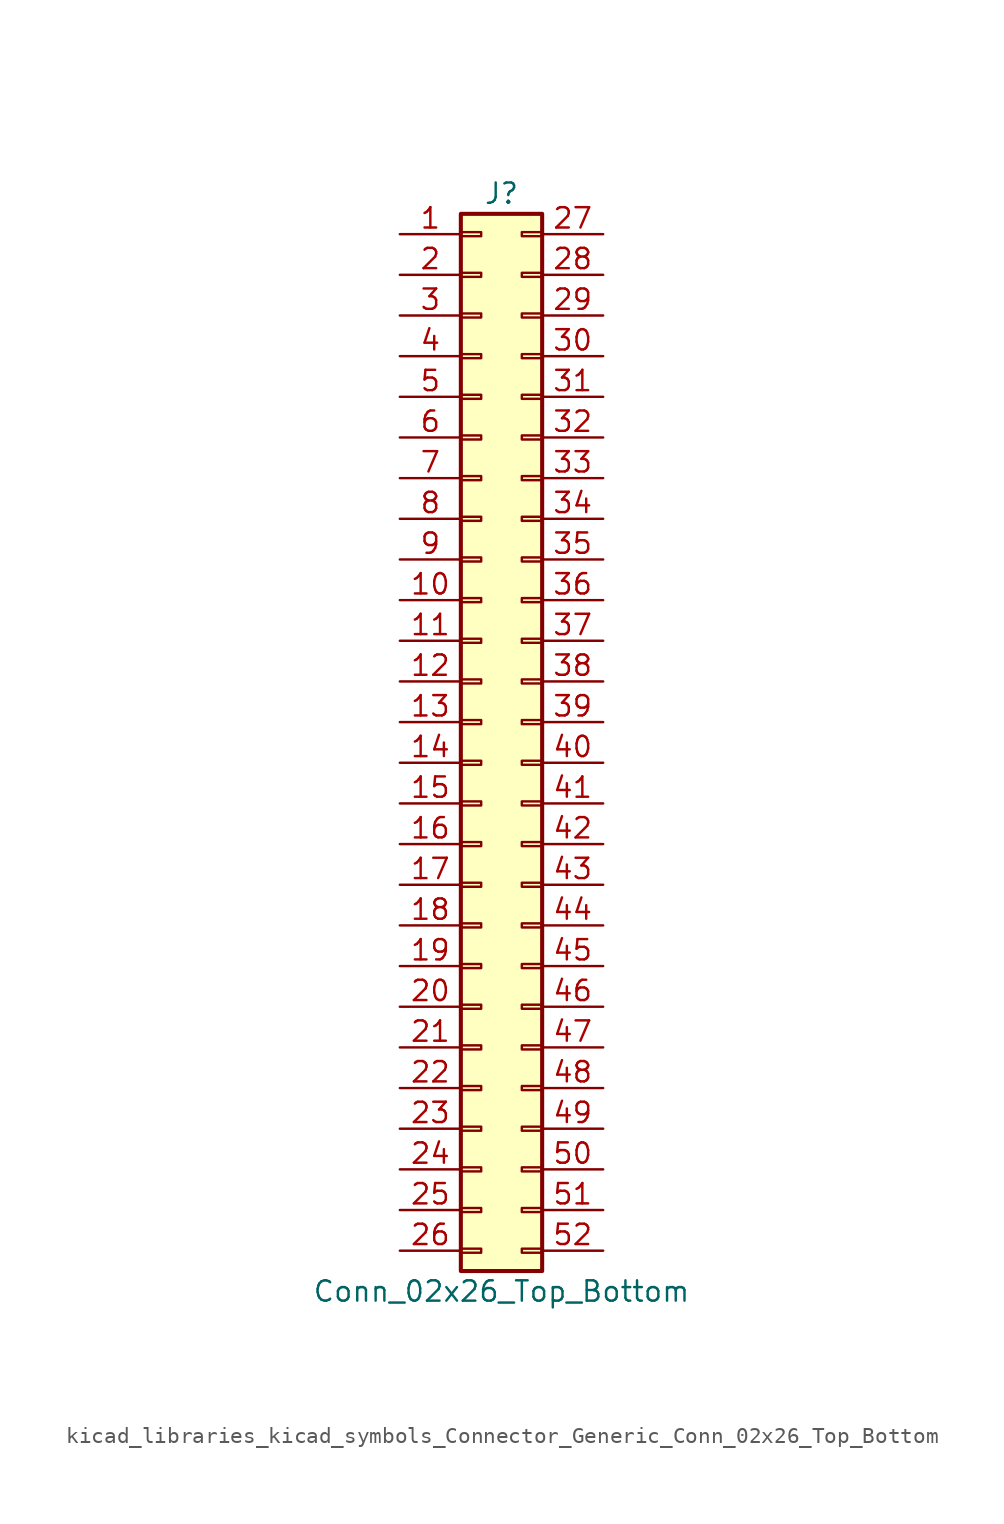
<source format=kicad_sym>
(kicad_symbol_lib
  (version 20220914)
  (generator kicad_symbol_editor)
  (symbol "kicad_libraries_kicad_symbols_Connector_Generic_Conn_02x26_Top_Bottom"
    (pin_names
      (offset 1.016) hide)
    (property "Reference" "J"
      (at 1.27 33.02 0)
      (effects (font (size 1.27 1.27))))
    (property "Value" "Conn_02x26_Top_Bottom"
      (at 1.27 -35.56 0)
      (effects (font (size 1.27 1.27))))
    (symbol "kicad_libraries_kicad_symbols_Connector_Generic_Conn_02x26_Top_Bottom_1_1"
      (rectangle (start -1.27 -32.893) (end 0 -33.147) (stroke (width 0.152) (type default)) (fill (type none)))
      (rectangle (start -1.27 -30.353) (end 0 -30.607) (stroke (width 0.152) (type default)) (fill (type none)))
      (rectangle (start -1.27 -27.813) (end 0 -28.067) (stroke (width 0.152) (type default)) (fill (type none)))
      (rectangle (start -1.27 -25.273) (end 0 -25.527) (stroke (width 0.152) (type default)) (fill (type none)))
      (rectangle (start -1.27 -22.733) (end 0 -22.987) (stroke (width 0.152) (type default)) (fill (type none)))
      (rectangle (start -1.27 -20.193) (end 0 -20.447) (stroke (width 0.152) (type default)) (fill (type none)))
      (rectangle (start -1.27 -17.653) (end 0 -17.907) (stroke (width 0.152) (type default)) (fill (type none)))
      (rectangle (start -1.27 -15.113) (end 0 -15.367) (stroke (width 0.152) (type default)) (fill (type none)))
      (rectangle (start -1.27 -12.573) (end 0 -12.827) (stroke (width 0.152) (type default)) (fill (type none)))
      (rectangle (start -1.27 -10.033) (end 0 -10.287) (stroke (width 0.152) (type default)) (fill (type none)))
      (rectangle (start -1.27 -7.493) (end 0 -7.747) (stroke (width 0.152) (type default)) (fill (type none)))
      (rectangle (start -1.27 -4.953) (end 0 -5.207) (stroke (width 0.152) (type default)) (fill (type none)))
      (rectangle (start -1.27 -2.413) (end 0 -2.667) (stroke (width 0.152) (type default)) (fill (type none)))
      (rectangle (start -1.27 0.127) (end 0 -0.127) (stroke (width 0.152) (type default)) (fill (type none)))
      (rectangle (start -1.27 2.667) (end 0 2.413) (stroke (width 0.152) (type default)) (fill (type none)))
      (rectangle (start -1.27 5.207) (end 0 4.953) (stroke (width 0.152) (type default)) (fill (type none)))
      (rectangle (start -1.27 7.747) (end 0 7.493) (stroke (width 0.152) (type default)) (fill (type none)))
      (rectangle (start -1.27 10.287) (end 0 10.033) (stroke (width 0.152) (type default)) (fill (type none)))
      (rectangle (start -1.27 12.827) (end 0 12.573) (stroke (width 0.152) (type default)) (fill (type none)))
      (rectangle (start -1.27 15.367) (end 0 15.113) (stroke (width 0.152) (type default)) (fill (type none)))
      (rectangle (start -1.27 17.907) (end 0 17.653) (stroke (width 0.152) (type default)) (fill (type none)))
      (rectangle (start -1.27 20.447) (end 0 20.193) (stroke (width 0.152) (type default)) (fill (type none)))
      (rectangle (start -1.27 22.987) (end 0 22.733) (stroke (width 0.152) (type default)) (fill (type none)))
      (rectangle (start -1.27 25.527) (end 0 25.273) (stroke (width 0.152) (type default)) (fill (type none)))
      (rectangle (start -1.27 28.067) (end 0 27.813) (stroke (width 0.152) (type default)) (fill (type none)))
      (rectangle (start -1.27 30.607) (end 0 30.353) (stroke (width 0.152) (type default)) (fill (type none)))
      (rectangle (start -1.27 31.75) (end 3.81 -34.29) (stroke (width 0.254) (type default)) (fill (type background)))
      (rectangle (start 3.81 -32.893) (end 2.54 -33.147) (stroke (width 0.152) (type default)) (fill (type none)))
      (rectangle (start 3.81 -30.353) (end 2.54 -30.607) (stroke (width 0.152) (type default)) (fill (type none)))
      (rectangle (start 3.81 -27.813) (end 2.54 -28.067) (stroke (width 0.152) (type default)) (fill (type none)))
      (rectangle (start 3.81 -25.273) (end 2.54 -25.527) (stroke (width 0.152) (type default)) (fill (type none)))
      (rectangle (start 3.81 -22.733) (end 2.54 -22.987) (stroke (width 0.152) (type default)) (fill (type none)))
      (rectangle (start 3.81 -20.193) (end 2.54 -20.447) (stroke (width 0.152) (type default)) (fill (type none)))
      (rectangle (start 3.81 -17.653) (end 2.54 -17.907) (stroke (width 0.152) (type default)) (fill (type none)))
      (rectangle (start 3.81 -15.113) (end 2.54 -15.367) (stroke (width 0.152) (type default)) (fill (type none)))
      (rectangle (start 3.81 -12.573) (end 2.54 -12.827) (stroke (width 0.152) (type default)) (fill (type none)))
      (rectangle (start 3.81 -10.033) (end 2.54 -10.287) (stroke (width 0.152) (type default)) (fill (type none)))
      (rectangle (start 3.81 -7.493) (end 2.54 -7.747) (stroke (width 0.152) (type default)) (fill (type none)))
      (rectangle (start 3.81 -4.953) (end 2.54 -5.207) (stroke (width 0.152) (type default)) (fill (type none)))
      (rectangle (start 3.81 -2.413) (end 2.54 -2.667) (stroke (width 0.152) (type default)) (fill (type none)))
      (rectangle (start 3.81 0.127) (end 2.54 -0.127) (stroke (width 0.152) (type default)) (fill (type none)))
      (rectangle (start 3.81 2.667) (end 2.54 2.413) (stroke (width 0.152) (type default)) (fill (type none)))
      (rectangle (start 3.81 5.207) (end 2.54 4.953) (stroke (width 0.152) (type default)) (fill (type none)))
      (rectangle (start 3.81 7.747) (end 2.54 7.493) (stroke (width 0.152) (type default)) (fill (type none)))
      (rectangle (start 3.81 10.287) (end 2.54 10.033) (stroke (width 0.152) (type default)) (fill (type none)))
      (rectangle (start 3.81 12.827) (end 2.54 12.573) (stroke (width 0.152) (type default)) (fill (type none)))
      (rectangle (start 3.81 15.367) (end 2.54 15.113) (stroke (width 0.152) (type default)) (fill (type none)))
      (rectangle (start 3.81 17.907) (end 2.54 17.653) (stroke (width 0.152) (type default)) (fill (type none)))
      (rectangle (start 3.81 20.447) (end 2.54 20.193) (stroke (width 0.152) (type default)) (fill (type none)))
      (rectangle (start 3.81 22.987) (end 2.54 22.733) (stroke (width 0.152) (type default)) (fill (type none)))
      (rectangle (start 3.81 25.527) (end 2.54 25.273) (stroke (width 0.152) (type default)) (fill (type none)))
      (rectangle (start 3.81 28.067) (end 2.54 27.813) (stroke (width 0.152) (type default)) (fill (type none)))
      (rectangle (start 3.81 30.607) (end 2.54 30.353) (stroke (width 0.152) (type default)) (fill (type none)))
      (pin passive line (at -5.08 30.48 0) (length 3.81) (name "Pin_1" (effects (font (size 1.27 1.27)))) (number "1" (effects (font (size 1.27 1.27)))))
      (pin passive line (at -5.08 7.62 0) (length 3.81) (name "Pin_10" (effects (font (size 1.27 1.27)))) (number "10" (effects (font (size 1.27 1.27)))))
      (pin passive line (at -5.08 5.08 0) (length 3.81) (name "Pin_11" (effects (font (size 1.27 1.27)))) (number "11" (effects (font (size 1.27 1.27)))))
      (pin passive line (at -5.08 2.54 0) (length 3.81) (name "Pin_12" (effects (font (size 1.27 1.27)))) (number "12" (effects (font (size 1.27 1.27)))))
      (pin passive line (at -5.08 0 0) (length 3.81) (name "Pin_13" (effects (font (size 1.27 1.27)))) (number "13" (effects (font (size 1.27 1.27)))))
      (pin passive line (at -5.08 -2.54 0) (length 3.81) (name "Pin_14" (effects (font (size 1.27 1.27)))) (number "14" (effects (font (size 1.27 1.27)))))
      (pin passive line (at -5.08 -5.08 0) (length 3.81) (name "Pin_15" (effects (font (size 1.27 1.27)))) (number "15" (effects (font (size 1.27 1.27)))))
      (pin passive line (at -5.08 -7.62 0) (length 3.81) (name "Pin_16" (effects (font (size 1.27 1.27)))) (number "16" (effects (font (size 1.27 1.27)))))
      (pin passive line (at -5.08 -10.16 0) (length 3.81) (name "Pin_17" (effects (font (size 1.27 1.27)))) (number "17" (effects (font (size 1.27 1.27)))))
      (pin passive line (at -5.08 -12.7 0) (length 3.81) (name "Pin_18" (effects (font (size 1.27 1.27)))) (number "18" (effects (font (size 1.27 1.27)))))
      (pin passive line (at -5.08 -15.24 0) (length 3.81) (name "Pin_19" (effects (font (size 1.27 1.27)))) (number "19" (effects (font (size 1.27 1.27)))))
      (pin passive line (at -5.08 27.94 0) (length 3.81) (name "Pin_2" (effects (font (size 1.27 1.27)))) (number "2" (effects (font (size 1.27 1.27)))))
      (pin passive line (at -5.08 -17.78 0) (length 3.81) (name "Pin_20" (effects (font (size 1.27 1.27)))) (number "20" (effects (font (size 1.27 1.27)))))
      (pin passive line (at -5.08 -20.32 0) (length 3.81) (name "Pin_21" (effects (font (size 1.27 1.27)))) (number "21" (effects (font (size 1.27 1.27)))))
      (pin passive line (at -5.08 -22.86 0) (length 3.81) (name "Pin_22" (effects (font (size 1.27 1.27)))) (number "22" (effects (font (size 1.27 1.27)))))
      (pin passive line (at -5.08 -25.4 0) (length 3.81) (name "Pin_23" (effects (font (size 1.27 1.27)))) (number "23" (effects (font (size 1.27 1.27)))))
      (pin passive line (at -5.08 -27.94 0) (length 3.81) (name "Pin_24" (effects (font (size 1.27 1.27)))) (number "24" (effects (font (size 1.27 1.27)))))
      (pin passive line (at -5.08 -30.48 0) (length 3.81) (name "Pin_25" (effects (font (size 1.27 1.27)))) (number "25" (effects (font (size 1.27 1.27)))))
      (pin passive line (at -5.08 -33.02 0) (length 3.81) (name "Pin_26" (effects (font (size 1.27 1.27)))) (number "26" (effects (font (size 1.27 1.27)))))
      (pin passive line (at 7.62 30.48 180) (length 3.81) (name "Pin_27" (effects (font (size 1.27 1.27)))) (number "27" (effects (font (size 1.27 1.27)))))
      (pin passive line (at 7.62 27.94 180) (length 3.81) (name "Pin_28" (effects (font (size 1.27 1.27)))) (number "28" (effects (font (size 1.27 1.27)))))
      (pin passive line (at 7.62 25.4 180) (length 3.81) (name "Pin_29" (effects (font (size 1.27 1.27)))) (number "29" (effects (font (size 1.27 1.27)))))
      (pin passive line (at -5.08 25.4 0) (length 3.81) (name "Pin_3" (effects (font (size 1.27 1.27)))) (number "3" (effects (font (size 1.27 1.27)))))
      (pin passive line (at 7.62 22.86 180) (length 3.81) (name "Pin_30" (effects (font (size 1.27 1.27)))) (number "30" (effects (font (size 1.27 1.27)))))
      (pin passive line (at 7.62 20.32 180) (length 3.81) (name "Pin_31" (effects (font (size 1.27 1.27)))) (number "31" (effects (font (size 1.27 1.27)))))
      (pin passive line (at 7.62 17.78 180) (length 3.81) (name "Pin_32" (effects (font (size 1.27 1.27)))) (number "32" (effects (font (size 1.27 1.27)))))
      (pin passive line (at 7.62 15.24 180) (length 3.81) (name "Pin_33" (effects (font (size 1.27 1.27)))) (number "33" (effects (font (size 1.27 1.27)))))
      (pin passive line (at 7.62 12.7 180) (length 3.81) (name "Pin_34" (effects (font (size 1.27 1.27)))) (number "34" (effects (font (size 1.27 1.27)))))
      (pin passive line (at 7.62 10.16 180) (length 3.81) (name "Pin_35" (effects (font (size 1.27 1.27)))) (number "35" (effects (font (size 1.27 1.27)))))
      (pin passive line (at 7.62 7.62 180) (length 3.81) (name "Pin_36" (effects (font (size 1.27 1.27)))) (number "36" (effects (font (size 1.27 1.27)))))
      (pin passive line (at 7.62 5.08 180) (length 3.81) (name "Pin_37" (effects (font (size 1.27 1.27)))) (number "37" (effects (font (size 1.27 1.27)))))
      (pin passive line (at 7.62 2.54 180) (length 3.81) (name "Pin_38" (effects (font (size 1.27 1.27)))) (number "38" (effects (font (size 1.27 1.27)))))
      (pin passive line (at 7.62 0 180) (length 3.81) (name "Pin_39" (effects (font (size 1.27 1.27)))) (number "39" (effects (font (size 1.27 1.27)))))
      (pin passive line (at -5.08 22.86 0) (length 3.81) (name "Pin_4" (effects (font (size 1.27 1.27)))) (number "4" (effects (font (size 1.27 1.27)))))
      (pin passive line (at 7.62 -2.54 180) (length 3.81) (name "Pin_40" (effects (font (size 1.27 1.27)))) (number "40" (effects (font (size 1.27 1.27)))))
      (pin passive line (at 7.62 -5.08 180) (length 3.81) (name "Pin_41" (effects (font (size 1.27 1.27)))) (number "41" (effects (font (size 1.27 1.27)))))
      (pin passive line (at 7.62 -7.62 180) (length 3.81) (name "Pin_42" (effects (font (size 1.27 1.27)))) (number "42" (effects (font (size 1.27 1.27)))))
      (pin passive line (at 7.62 -10.16 180) (length 3.81) (name "Pin_43" (effects (font (size 1.27 1.27)))) (number "43" (effects (font (size 1.27 1.27)))))
      (pin passive line (at 7.62 -12.7 180) (length 3.81) (name "Pin_44" (effects (font (size 1.27 1.27)))) (number "44" (effects (font (size 1.27 1.27)))))
      (pin passive line (at 7.62 -15.24 180) (length 3.81) (name "Pin_45" (effects (font (size 1.27 1.27)))) (number "45" (effects (font (size 1.27 1.27)))))
      (pin passive line (at 7.62 -17.78 180) (length 3.81) (name "Pin_46" (effects (font (size 1.27 1.27)))) (number "46" (effects (font (size 1.27 1.27)))))
      (pin passive line (at 7.62 -20.32 180) (length 3.81) (name "Pin_47" (effects (font (size 1.27 1.27)))) (number "47" (effects (font (size 1.27 1.27)))))
      (pin passive line (at 7.62 -22.86 180) (length 3.81) (name "Pin_48" (effects (font (size 1.27 1.27)))) (number "48" (effects (font (size 1.27 1.27)))))
      (pin passive line (at 7.62 -25.4 180) (length 3.81) (name "Pin_49" (effects (font (size 1.27 1.27)))) (number "49" (effects (font (size 1.27 1.27)))))
      (pin passive line (at -5.08 20.32 0) (length 3.81) (name "Pin_5" (effects (font (size 1.27 1.27)))) (number "5" (effects (font (size 1.27 1.27)))))
      (pin passive line (at 7.62 -27.94 180) (length 3.81) (name "Pin_50" (effects (font (size 1.27 1.27)))) (number "50" (effects (font (size 1.27 1.27)))))
      (pin passive line (at 7.62 -30.48 180) (length 3.81) (name "Pin_51" (effects (font (size 1.27 1.27)))) (number "51" (effects (font (size 1.27 1.27)))))
      (pin passive line (at 7.62 -33.02 180) (length 3.81) (name "Pin_52" (effects (font (size 1.27 1.27)))) (number "52" (effects (font (size 1.27 1.27)))))
      (pin passive line (at -5.08 17.78 0) (length 3.81) (name "Pin_6" (effects (font (size 1.27 1.27)))) (number "6" (effects (font (size 1.27 1.27)))))
      (pin passive line (at -5.08 15.24 0) (length 3.81) (name "Pin_7" (effects (font (size 1.27 1.27)))) (number "7" (effects (font (size 1.27 1.27)))))
      (pin passive line (at -5.08 12.7 0) (length 3.81) (name "Pin_8" (effects (font (size 1.27 1.27)))) (number "8" (effects (font (size 1.27 1.27)))))
      (pin passive line (at -5.08 10.16 0) (length 3.81) (name "Pin_9" (effects (font (size 1.27 1.27)))) (number "9" (effects (font (size 1.27 1.27))))))))
</source>
